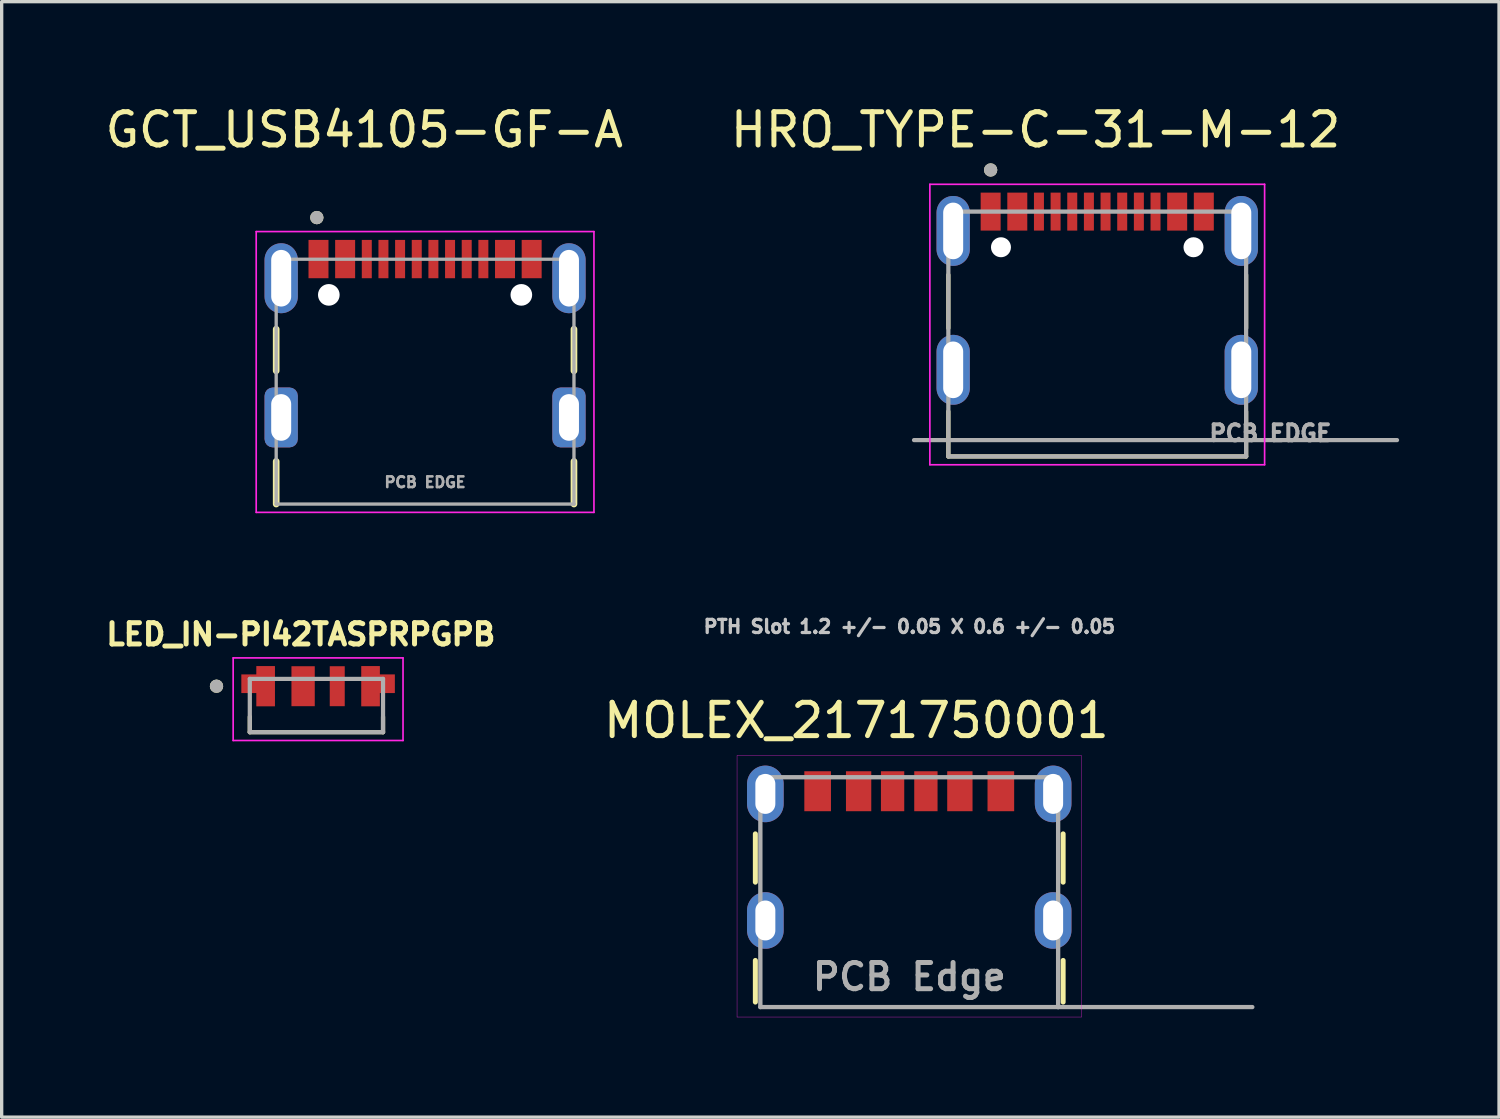
<source format=kicad_pcb>
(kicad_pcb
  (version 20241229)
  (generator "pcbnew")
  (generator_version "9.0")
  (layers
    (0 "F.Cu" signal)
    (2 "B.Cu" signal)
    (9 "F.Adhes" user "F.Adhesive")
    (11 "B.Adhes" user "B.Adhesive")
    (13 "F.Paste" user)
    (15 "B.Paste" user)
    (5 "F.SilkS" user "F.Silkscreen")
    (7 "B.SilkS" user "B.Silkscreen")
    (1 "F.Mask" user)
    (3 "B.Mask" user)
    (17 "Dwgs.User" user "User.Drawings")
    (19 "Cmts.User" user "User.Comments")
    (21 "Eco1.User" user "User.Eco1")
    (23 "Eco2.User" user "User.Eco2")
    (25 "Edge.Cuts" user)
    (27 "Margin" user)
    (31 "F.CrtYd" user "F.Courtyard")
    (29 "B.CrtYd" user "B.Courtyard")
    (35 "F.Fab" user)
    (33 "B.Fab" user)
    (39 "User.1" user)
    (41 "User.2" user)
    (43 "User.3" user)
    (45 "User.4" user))
  (footprint "HRO_TYPE-C-31-M-12"
    (layer "F.Cu")
    (at 29.892 8.053)
    (property "Reference" "HRO_TYPE-C-31-M-12" (at -1.85 -7.205 0) (layer "F.SilkS") (effects (font (size 1 1) (thickness 0.15))))
    (attr smd)
    (fp_poly (pts (xy -3.55 -5.37) (xy -2.85 -5.37) (xy -2.85 -4.13) (xy -3.55 -4.13)) (stroke (width 0.01) (type solid)) (fill yes) (layer "F.Mask"))
    (fp_poly (pts (xy -2.75 -5.37) (xy -2.05 -5.37) (xy -2.05 -4.13) (xy -2.75 -4.13)) (stroke (width 0.01) (type solid)) (fill yes) (layer "F.Mask"))
    (fp_poly (pts (xy -1.95 -5.37) (xy -1.55 -5.37) (xy -1.55 -4.13) (xy -1.95 -4.13)) (stroke (width 0.01) (type solid)) (fill yes) (layer "F.Mask"))
    (fp_poly (pts (xy -1.45 -5.37) (xy -1.05 -5.37) (xy -1.05 -4.13) (xy -1.45 -4.13)) (stroke (width 0.01) (type solid)) (fill yes) (layer "F.Mask"))
    (fp_poly (pts (xy -0.95 -5.37) (xy -0.55 -5.37) (xy -0.55 -4.13) (xy -0.95 -4.13)) (stroke (width 0.01) (type solid)) (fill yes) (layer "F.Mask"))
    (fp_poly (pts (xy -0.45 -5.37) (xy -0.05 -5.37) (xy -0.05 -4.13) (xy -0.45 -4.13)) (stroke (width 0.01) (type solid)) (fill yes) (layer "F.Mask"))
    (fp_poly (pts (xy 0.05 -5.37) (xy 0.45 -5.37) (xy 0.45 -4.13) (xy 0.05 -4.13)) (stroke (width 0.01) (type solid)) (fill yes) (layer "F.Mask"))
    (fp_poly (pts (xy 0.55 -5.37) (xy 0.95 -5.37) (xy 0.95 -4.13) (xy 0.55 -4.13)) (stroke (width 0.01) (type solid)) (fill yes) (layer "F.Mask"))
    (fp_poly (pts (xy 1.05 -5.37) (xy 1.45 -5.37) (xy 1.45 -4.13) (xy 1.05 -4.13)) (stroke (width 0.01) (type solid)) (fill yes) (layer "F.Mask"))
    (fp_poly (pts (xy 1.55 -5.37) (xy 1.95 -5.37) (xy 1.95 -4.13) (xy 1.55 -4.13)) (stroke (width 0.01) (type solid)) (fill yes) (layer "F.Mask"))
    (fp_poly (pts (xy 2.05 -5.37) (xy 2.75 -5.37) (xy 2.75 -4.13) (xy 2.05 -4.13)) (stroke (width 0.01) (type solid)) (fill yes) (layer "F.Mask"))
    (fp_poly (pts (xy 2.85 -5.37) (xy 3.55 -5.37) (xy 3.55 -4.13) (xy 2.85 -4.13)) (stroke (width 0.01) (type solid)) (fill yes) (layer "F.Mask"))
    (fp_line (start -4.47 -2.85) (end -4.47 -1.25) (stroke (width 0.127) (type solid)) (layer "F.SilkS"))
    (fp_line (start -4.47 2.6) (end -4.47 1.25) (stroke (width 0.127) (type solid)) (layer "F.SilkS"))
    (fp_line (start -4.47 2.6) (end 4.47 2.6) (stroke (width 0.127) (type solid)) (layer "F.SilkS"))
    (fp_line (start 4.47 -2.85) (end 4.47 -1.25) (stroke (width 0.127) (type solid)) (layer "F.SilkS"))
    (fp_line (start 4.47 2.6) (end 4.47 1.25) (stroke (width 0.127) (type solid)) (layer "F.SilkS"))
    (fp_circle (center -3.2 -6) (end -3.1 -6) (stroke (width 0.2) (type solid)) (fill no) (layer "F.SilkS"))
    (fp_line (start -5.025 -5.57) (end -5.025 2.85) (stroke (width 0.05) (type solid)) (layer "F.CrtYd"))
    (fp_line (start -5.025 2.85) (end 5.025 2.85) (stroke (width 0.05) (type solid)) (layer "F.CrtYd"))
    (fp_line (start 5.025 -5.57) (end -5.025 -5.57) (stroke (width 0.05) (type solid)) (layer "F.CrtYd"))
    (fp_line (start 5.025 2.85) (end 5.025 -5.57) (stroke (width 0.05) (type solid)) (layer "F.CrtYd"))
    (fp_line (start -5.5 2.11) (end 9 2.11) (stroke (width 0.127) (type solid)) (layer "F.Fab"))
    (fp_line (start -4.47 -4.75) (end -4.47 2.6) (stroke (width 0.127) (type solid)) (layer "F.Fab"))
    (fp_line (start -4.47 2.6) (end 4.47 2.6) (stroke (width 0.127) (type solid)) (layer "F.Fab"))
    (fp_line (start 4.47 -4.75) (end -4.47 -4.75) (stroke (width 0.127) (type solid)) (layer "F.Fab"))
    (fp_line (start 4.47 2.6) (end 4.47 -4.75) (stroke (width 0.127) (type solid)) (layer "F.Fab"))
    (fp_circle (center -3.2 -6) (end -3.1 -6) (stroke (width 0.2) (type solid)) (fill no) (layer "F.Fab"))
    (fp_text user "PCB EDGE" (at 5.2 1.9 0) (layer "F.Fab") (effects (font (size 0.48 0.48) (thickness 0.15))))
    (pad "" np_thru_hole circle (at -2.89 -3.68) (size 0.6 0.6) (drill 0.6) (layers "*.Cu" "*.Mask"))
    (pad "" np_thru_hole circle (at 2.89 -3.68) (size 0.6 0.6) (drill 0.6) (layers "*.Cu" "*.Mask"))
    (pad "A1_B12" smd rect (at -3.2 -4.75) (size 0.6 1.14) (layers "F.Cu" "F.Paste"))
    (pad "A4_B9" smd rect (at -2.4 -4.75) (size 0.6 1.14) (layers "F.Cu" "F.Paste"))
    (pad "A5" smd rect (at -1.25 -4.75) (size 0.3 1.14) (layers "F.Cu" "F.Paste"))
    (pad "A6" smd rect (at -0.25 -4.75) (size 0.3 1.14) (layers "F.Cu" "F.Paste"))
    (pad "A7" smd rect (at 0.25 -4.75) (size 0.3 1.14) (layers "F.Cu" "F.Paste"))
    (pad "A8" smd rect (at 1.25 -4.75) (size 0.3 1.14) (layers "F.Cu" "F.Paste"))
    (pad "B1_A12" smd rect (at 3.2 -4.75) (size 0.6 1.14) (layers "F.Cu" "F.Paste"))
    (pad "B4_A9" smd rect (at 2.4 -4.75) (size 0.6 1.14) (layers "F.Cu" "F.Paste"))
    (pad "B5" smd rect (at 1.75 -4.75) (size 0.3 1.14) (layers "F.Cu" "F.Paste"))
    (pad "B6" smd rect (at 0.75 -4.75) (size 0.3 1.14) (layers "F.Cu" "F.Paste"))
    (pad "B7" smd rect (at -0.75 -4.75) (size 0.3 1.14) (layers "F.Cu" "F.Paste"))
    (pad "B8" smd rect (at -1.75 -4.75) (size 0.3 1.14) (layers "F.Cu" "F.Paste"))
    (pad "S1" thru_hole oval (at -4.325 -4.17) (size 1 2.1) (drill oval 0.6 1.7) (layers "*.Cu" "*.Mask"))
    (pad "S2" thru_hole oval (at 4.325 -4.17) (size 1 2.1) (drill oval 0.6 1.7) (layers "*.Cu" "*.Mask"))
    (pad "S3" thru_hole oval (at -4.325 0) (size 1 2.1) (drill oval 0.6 1.7) (layers "*.Cu" "*.Mask"))
    (pad "S4" thru_hole oval (at 4.325 0) (size 1 2.1) (drill oval 0.6 1.7) (layers "*.Cu" "*.Mask")))
  (footprint "MOLEX_2171750001"
    (layer "F.Cu")
    (at 24.248 27.185)
    (property "Reference" "MOLEX_2171750001" (at -1.587 -8.605 0) (layer "F.SilkS") (effects (font (size 1 1) (thickness 0.15))))
    (attr smd)
    (fp_poly (pts (xy -3.213 -7.144) (xy -2.287 -7.144) (xy -2.287 -5.816) (xy -3.213 -5.816)) (stroke (width 0.01) (type solid)) (fill yes) (layer "F.Mask"))
    (fp_poly (pts (xy -1.964 -7.144) (xy -1.077 -7.144) (xy -1.077 -5.816) (xy -1.964 -5.816)) (stroke (width 0.01) (type solid)) (fill yes) (layer "F.Mask"))
    (fp_poly (pts (xy -0.913 -7.144) (xy -0.086 -7.144) (xy -0.086 -5.816) (xy -0.913 -5.816)) (stroke (width 0.01) (type solid)) (fill yes) (layer "F.Mask"))
    (fp_poly (pts (xy 0.086 -7.144) (xy 0.913 -7.144) (xy 0.913 -5.816) (xy 0.086 -5.816)) (stroke (width 0.01) (type solid)) (fill yes) (layer "F.Mask"))
    (fp_poly (pts (xy 1.077 -7.144) (xy 1.964 -7.144) (xy 1.964 -5.816) (xy 1.077 -5.816)) (stroke (width 0.01) (type solid)) (fill yes) (layer "F.Mask"))
    (fp_poly (pts (xy 2.287 -7.144) (xy 3.213 -7.144) (xy 3.213 -5.816) (xy 2.287 -5.816)) (stroke (width 0.01) (type solid)) (fill yes) (layer "F.Mask"))
    (fp_line (start -4.62 -3.75) (end -4.62 -5.2) (stroke (width 0.15) (type solid)) (layer "F.SilkS"))
    (fp_line (start -4.62 -0.15) (end -4.62 -1.4) (stroke (width 0.15) (type solid)) (layer "F.SilkS"))
    (fp_line (start 4.62 -3.75) (end 4.62 -5.2) (stroke (width 0.15) (type solid)) (layer "F.SilkS"))
    (fp_line (start 4.62 -0.15) (end 4.62 -1.4) (stroke (width 0.15) (type solid)) (layer "F.SilkS"))
    (fp_line (start -5.17 -7.55) (end -5.17 0.3) (stroke (width 0.01) (type solid)) (layer "F.CrtYd"))
    (fp_line (start -5.17 0.3) (end 5.17 0.3) (stroke (width 0.01) (type solid)) (layer "F.CrtYd"))
    (fp_line (start 5.17 -7.55) (end -5.17 -7.55) (stroke (width 0.01) (type solid)) (layer "F.CrtYd"))
    (fp_line (start 5.17 0.3) (end 5.17 -7.55) (stroke (width 0.01) (type solid)) (layer "F.CrtYd"))
    (fp_line (start -4.47 -6.9) (end 4.47 -6.9) (stroke (width 0.13) (type solid)) (layer "F.Fab"))
    (fp_line (start -4.47 0) (end -4.47 -6.9) (stroke (width 0.13) (type solid)) (layer "F.Fab"))
    (fp_line (start 4.47 -6.9) (end 4.47 0) (stroke (width 0.13) (type solid)) (layer "F.Fab"))
    (fp_line (start 4.47 0) (end -4.47 0) (stroke (width 0.13) (type solid)) (layer "F.Fab"))
    (fp_line (start 4.47 0) (end 10.3 0) (stroke (width 0.13) (type solid)) (layer "F.Fab"))
    (fp_text user "PTH Slot 1.2 +/- 0.05 X 0.6 +/- 0.05" (at 0.004 -11.423 0) (layer "Dwgs.User") (effects (font (size 0.394 0.394) (thickness 0.15))))
    (fp_text user "PCB Edge" (at 0.004 -0.908 0) (layer "F.Fab") (effects (font (size 0.787 0.787) (thickness 0.15))))
    (pad "A5" smd rect (at -0.5 -6.48) (size 0.7 1.2) (layers "F.Cu" "F.Paste"))
    (pad "A9" smd rect (at 1.52 -6.48) (size 0.76 1.2) (layers "F.Cu" "F.Paste"))
    (pad "A12" smd rect (at 2.75 -6.48) (size 0.8 1.2) (layers "F.Cu" "F.Paste"))
    (pad "B5" smd rect (at 0.5 -6.48) (size 0.7 1.2) (layers "F.Cu" "F.Paste"))
    (pad "B9" smd rect (at -1.52 -6.48) (size 0.76 1.2) (layers "F.Cu" "F.Paste"))
    (pad "B12" smd rect (at -2.75 -6.48) (size 0.8 1.2) (layers "F.Cu" "F.Paste"))
    (pad "SH1" thru_hole oval (at -4.32 -2.6) (size 1.1 1.7) (drill oval 0.6 1.2) (layers "*.Cu" "*.Mask"))
    (pad "SH2" thru_hole oval (at 4.32 -2.6) (size 1.1 1.7) (drill oval 0.6 1.2) (layers "*.Cu" "*.Mask"))
    (pad "SH3" thru_hole oval (at -4.32 -6.4) (size 1.1 1.7) (drill oval 0.6 1.2) (layers "*.Cu" "*.Mask"))
    (pad "SH4" thru_hole oval (at 4.32 -6.4) (size 1.1 1.7) (drill oval 0.6 1.2) (layers "*.Cu" "*.Mask")))
  (footprint "GCT_USB4105-GF-A"
    (layer "F.Cu")
    (at 9.712 9.483)
    (property "Reference" "GCT_USB4105-GF-A" (at -1.825 -8.635 0) (layer "F.SilkS") (effects (font (size 1 1) (thickness 0.15))))
    (attr smd)
    (fp_line (start -4.47 -2.65) (end -4.47 -1.4) (stroke (width 0.2) (type solid)) (layer "F.SilkS"))
    (fp_line (start -4.47 1.32) (end -4.47 2.6) (stroke (width 0.2) (type solid)) (layer "F.SilkS"))
    (fp_line (start 4.47 -2.65) (end 4.47 -1.4) (stroke (width 0.2) (type solid)) (layer "F.SilkS"))
    (fp_line (start 4.47 2.6) (end 4.47 1.32) (stroke (width 0.2) (type solid)) (layer "F.SilkS"))
    (fp_circle (center -3.25 -6) (end -3.15 -6) (stroke (width 0.2) (type solid)) (fill no) (layer "F.SilkS"))
    (fp_line (start -5.07 -5.58) (end -5.07 2.85) (stroke (width 0.05) (type solid)) (layer "F.CrtYd"))
    (fp_line (start -5.07 2.85) (end 5.07 2.85) (stroke (width 0.05) (type solid)) (layer "F.CrtYd"))
    (fp_line (start 5.07 -5.58) (end -5.07 -5.58) (stroke (width 0.05) (type solid)) (layer "F.CrtYd"))
    (fp_line (start 5.07 2.85) (end 5.07 -5.58) (stroke (width 0.05) (type solid)) (layer "F.CrtYd"))
    (fp_line (start -4.47 -4.75) (end 4.47 -4.75) (stroke (width 0.1) (type solid)) (layer "F.Fab"))
    (fp_line (start -4.47 2.6) (end -4.47 -4.75) (stroke (width 0.1) (type solid)) (layer "F.Fab"))
    (fp_line (start 4.47 -4.75) (end 4.47 2.6) (stroke (width 0.1) (type solid)) (layer "F.Fab"))
    (fp_line (start 4.47 2.6) (end -4.47 2.6) (stroke (width 0.1) (type solid)) (layer "F.Fab"))
    (fp_line (start 4.47 2.6) (end 4.47 2.6) (stroke (width 0.1) (type solid)) (layer "F.Fab"))
    (fp_circle (center -3.25 -6) (end -3.15 -6) (stroke (width 0.2) (type solid)) (fill no) (layer "F.Fab"))
    (fp_text user "PCB EDGE" (at 0 1.945 0) (layer "F.Fab") (effects (font (size 0.32 0.32) (thickness 0.15))))
    (pad "" np_thru_hole circle (at -2.89 -3.68) (size 0.65 0.65) (drill 0.65) (layers "*.Cu" "*.Mask"))
    (pad "" np_thru_hole circle (at 2.89 -3.68) (size 0.65 0.65) (drill 0.65) (layers "*.Cu" "*.Mask"))
    (pad "A1_B12" smd rect (at -3.2 -4.755) (size 0.6 1.15) (layers "F.Cu" "F.Mask" "F.Paste"))
    (pad "A4_B9" smd rect (at -2.4 -4.755) (size 0.6 1.15) (layers "F.Cu" "F.Mask" "F.Paste"))
    (pad "A5" smd rect (at -1.25 -4.755) (size 0.3 1.15) (layers "F.Cu" "F.Mask" "F.Paste"))
    (pad "A6" smd rect (at -0.25 -4.755) (size 0.3 1.15) (layers "F.Cu" "F.Mask" "F.Paste"))
    (pad "A7" smd rect (at 0.25 -4.755) (size 0.3 1.15) (layers "F.Cu" "F.Mask" "F.Paste"))
    (pad "A8" smd rect (at 1.25 -4.755) (size 0.3 1.15) (layers "F.Cu" "F.Mask" "F.Paste"))
    (pad "B1_A12" smd rect (at 3.2 -4.755) (size 0.6 1.15) (layers "F.Cu" "F.Mask" "F.Paste"))
    (pad "B4_A9" smd rect (at 2.4 -4.755) (size 0.6 1.15) (layers "F.Cu" "F.Mask" "F.Paste"))
    (pad "B5" smd rect (at 1.75 -4.755) (size 0.3 1.15) (layers "F.Cu" "F.Mask" "F.Paste"))
    (pad "B6" smd rect (at 0.75 -4.755) (size 0.3 1.15) (layers "F.Cu" "F.Mask" "F.Paste"))
    (pad "B7" smd rect (at -0.75 -4.755) (size 0.3 1.15) (layers "F.Cu" "F.Mask" "F.Paste"))
    (pad "B8" smd rect (at -1.75 -4.755) (size 0.3 1.15) (layers "F.Cu" "F.Mask" "F.Paste"))
    (pad "SH1" thru_hole oval (at -4.32 -4.18) (size 1 2.1) (drill oval 0.6 1.7) (layers "*.Cu" "*.Mask"))
    (pad "SH2" thru_hole oval (at 4.32 -4.18) (size 1 2.1) (drill oval 0.6 1.7) (layers "*.Cu" "*.Mask"))
    (pad "SH3" thru_hole roundrect (at -4.32 0) (size 1 1.8) (drill oval 0.6 1.4) (layers "*.Cu" "*.Mask") (roundrect_rratio 0.25))
    (pad "SH4" thru_hole roundrect (at 4.32 0) (size 1 1.8) (drill oval 0.6 1.4) (layers "*.Cu" "*.Mask") (roundrect_rratio 0.25)))
  (footprint "LED_IN-PI42TASPRPGPB"
    (layer "F.Cu")
    (at 6.45 18.132)
    (property "Reference" "LED_IN-PI42TASPRPGPB" (at -0.468 -2.136 0) (layer "F.SilkS") (effects (font (size 0.64 0.64) (thickness 0.15))))
    (attr smd)
    (fp_poly (pts (xy -1.85 -1.23) (xy -1.2 -1.23) (xy -1.2 0.07) (xy -1.85 0.07) (xy -1.85 -0.33) (xy -2.3 -0.33) (xy -2.3 -0.98) (xy -1.85 -0.98)) (stroke (width 0.01) (type solid)) (fill yes) (layer "F.Mask"))
    (fp_poly (pts (xy 1.3 -1.23) (xy 1.3 0.07) (xy 1.95 0.07) (xy 1.95 -0.33) (xy 2.4 -0.33) (xy 2.4 -0.98) (xy 1.95 -0.98) (xy 1.95 -1.23)) (stroke (width 0.01) (type solid)) (fill yes) (layer "F.Mask"))
    (fp_line (start -2 0.8) (end -2 0.34) (stroke (width 0.127) (type solid)) (layer "F.SilkS"))
    (fp_line (start 2 0.8) (end -2 0.8) (stroke (width 0.127) (type solid)) (layer "F.SilkS"))
    (fp_line (start 2 0.8) (end 2 0.34) (stroke (width 0.127) (type solid)) (layer "F.SilkS"))
    (fp_circle (center -3 -0.58) (end -2.9 -0.58) (stroke (width 0.2) (type solid)) (fill no) (layer "F.SilkS"))
    (fp_poly (pts (xy -1.8 -1.18) (xy -1.25 -1.18) (xy -1.25 0.02) (xy -1.8 0.02) (xy -1.8 -0.38) (xy -2.25 -0.38) (xy -2.25 -0.93) (xy -1.8 -0.93)) (stroke (width 0.01) (type solid)) (fill yes) (layer "F.Paste"))
    (fp_poly (pts (xy 1.35 -1.18) (xy 1.35 0.02) (xy 1.9 0.02) (xy 1.9 -0.38) (xy 2.35 -0.38) (xy 2.35 -0.93) (xy 1.9 -0.93) (xy 1.9 -1.18)) (stroke (width 0.01) (type solid)) (fill yes) (layer "F.Paste"))
    (fp_line (start -2.5 -1.43) (end -2.5 1.05) (stroke (width 0.05) (type solid)) (layer "F.CrtYd"))
    (fp_line (start -2.5 1.05) (end 2.6 1.05) (stroke (width 0.05) (type solid)) (layer "F.CrtYd"))
    (fp_line (start 2.6 -1.43) (end -2.5 -1.43) (stroke (width 0.05) (type solid)) (layer "F.CrtYd"))
    (fp_line (start 2.6 1.05) (end 2.6 -1.43) (stroke (width 0.05) (type solid)) (layer "F.CrtYd"))
    (fp_line (start -2 -0.8) (end 2 -0.8) (stroke (width 0.127) (type solid)) (layer "F.Fab"))
    (fp_line (start -2 0.8) (end -2 -0.8) (stroke (width 0.127) (type solid)) (layer "F.Fab"))
    (fp_line (start 2 -0.8) (end 2 0.8) (stroke (width 0.127) (type solid)) (layer "F.Fab"))
    (fp_line (start 2 0.8) (end -2 0.8) (stroke (width 0.127) (type solid)) (layer "F.Fab"))
    (fp_circle (center -3 -0.58) (end -2.9 -0.58) (stroke (width 0.2) (type solid)) (fill no) (layer "F.Fab"))
    (pad "1" smd custom (at -1.525 -0.58) (size 0.05 0.05) (layers "F.Cu") (options (anchor rect)) (primitives (gr_poly (pts (xy -0.275 -0.6) (xy 0.275 -0.6) (xy 0.275 0.6) (xy -0.275 0.6) (xy -0.275 0.2) (xy -0.725 0.2) (xy -0.725 -0.35) (xy -0.275 -0.35)) (width 0.01) (fill yes))))
    (pad "2" smd rect (at -0.4 -0.58) (size 0.7 1.2) (layers "F.Cu" "F.Mask" "F.Paste"))
    (pad "3" smd rect (at 0.625 -0.58) (size 0.45 1.2) (layers "F.Cu" "F.Mask" "F.Paste"))
    (pad "4" smd custom (at 1.625 -0.58) (size 0.05 0.05) (layers "F.Cu") (options (anchor rect)) (primitives (gr_poly (pts (xy -0.275 -0.6) (xy -0.275 0.6) (xy 0.275 0.6) (xy 0.275 0.2) (xy 0.725 0.2) (xy 0.725 -0.35) (xy 0.275 -0.35) (xy 0.275 -0.6)) (width 0.01) (fill yes)))))
  (gr_rect
    (start -3 -3)
    (end 41.955 30.49)
    (stroke (width 0.1) (type default))
    (fill no)
    (layer "Edge.Cuts")))
</source>
